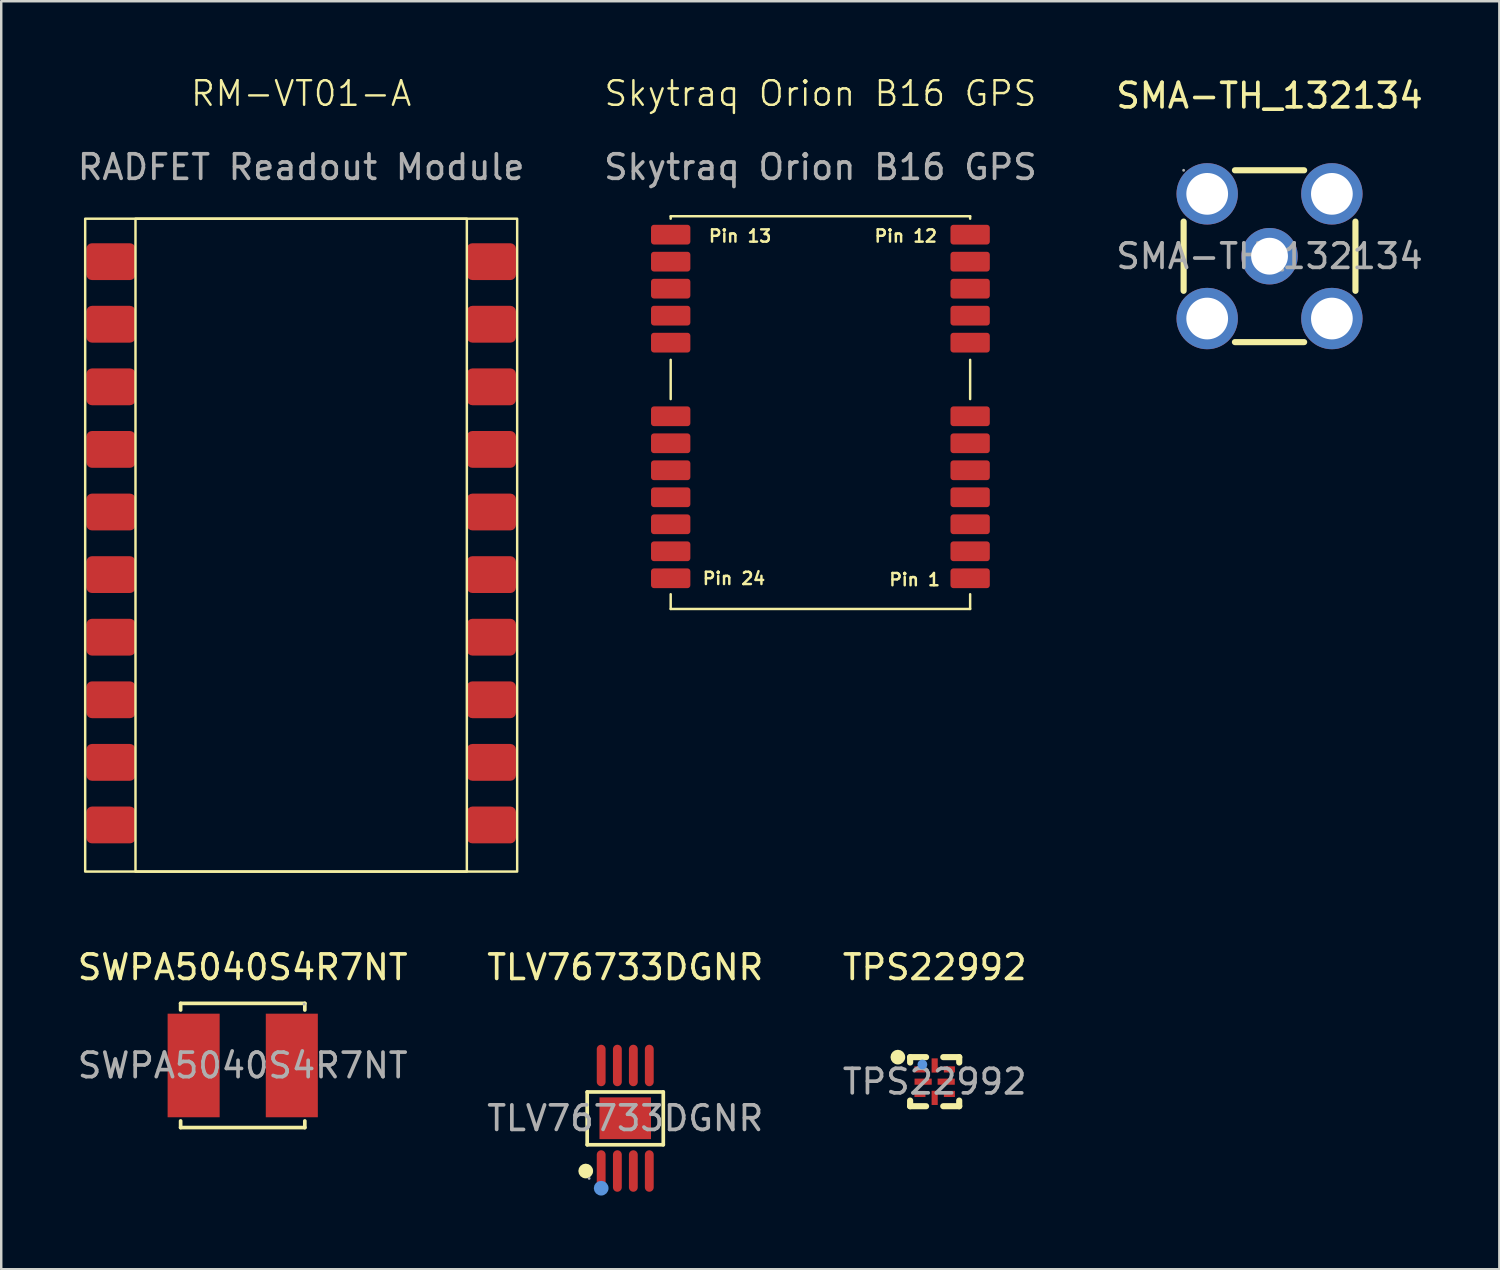
<source format=kicad_pcb>
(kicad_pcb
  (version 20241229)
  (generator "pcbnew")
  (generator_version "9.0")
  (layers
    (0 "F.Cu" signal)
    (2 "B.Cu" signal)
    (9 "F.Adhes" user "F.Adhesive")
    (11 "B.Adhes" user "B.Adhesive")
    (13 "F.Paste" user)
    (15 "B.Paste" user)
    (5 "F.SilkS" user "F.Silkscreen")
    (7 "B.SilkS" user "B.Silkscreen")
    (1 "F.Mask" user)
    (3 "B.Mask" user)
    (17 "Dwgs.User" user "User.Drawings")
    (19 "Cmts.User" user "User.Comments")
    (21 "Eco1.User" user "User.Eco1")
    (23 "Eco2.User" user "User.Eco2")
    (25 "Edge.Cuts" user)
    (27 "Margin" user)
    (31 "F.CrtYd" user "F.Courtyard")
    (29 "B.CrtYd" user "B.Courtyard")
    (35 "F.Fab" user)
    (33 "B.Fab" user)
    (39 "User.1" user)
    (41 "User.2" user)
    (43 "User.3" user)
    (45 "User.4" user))
  (footprint "TLV76733DGNR"
    (layer "F.Cu")
    (at 22.423 42.509)
    (property "Reference" "TLV76733DGNR" (at 0 -6.15 0) (layer "F.SilkS") (effects (font (size 1 1) (thickness 0.15))))
    (attr smd)
    (fp_line (start -1.55 -1.07) (end 1.55 -1.07) (stroke (width 0.15) (type solid)) (layer "F.SilkS"))
    (fp_line (start -1.55 1.08) (end -1.55 -1.07) (stroke (width 0.15) (type solid)) (layer "F.SilkS"))
    (fp_line (start 1.55 -1.07) (end 1.55 1.08) (stroke (width 0.15) (type solid)) (layer "F.SilkS"))
    (fp_line (start 1.55 1.08) (end -1.55 1.08) (stroke (width 0.15) (type solid)) (layer "F.SilkS"))
    (fp_circle (center -1.61 2.15) (end -1.46 2.15) (stroke (width 0.3) (type solid)) (fill no) (layer "F.SilkS"))
    (fp_circle (center -0.98 2.85) (end -0.83 2.85) (stroke (width 0.3) (type solid)) (fill no) (layer "Cmts.User"))
    (fp_circle (center -1.47 2.45) (end -1.44 2.45) (stroke (width 0.06) (type solid)) (fill no) (layer "F.Fab"))
    (fp_text user "${REFERENCE}" (at 0 0 0) (layer "F.Fab") (effects (font (size 1 1) (thickness 0.15))))
    (pad "1" smd oval (at -0.98 2.15) (size 0.36 1.69) (layers "F.Cu" "F.Mask" "F.Paste"))
    (pad "2" smd oval (at -0.32 2.15) (size 0.36 1.69) (layers "F.Cu" "F.Mask" "F.Paste"))
    (pad "3" smd oval (at 0.33 2.15) (size 0.36 1.69) (layers "F.Cu" "F.Mask" "F.Paste"))
    (pad "4" smd oval (at 0.98 2.15) (size 0.36 1.69) (layers "F.Cu" "F.Mask" "F.Paste"))
    (pad "5" smd oval (at 0.98 -2.15) (size 0.36 1.69) (layers "F.Cu" "F.Mask" "F.Paste"))
    (pad "6" smd oval (at 0.33 -2.15) (size 0.36 1.69) (layers "F.Cu" "F.Mask" "F.Paste"))
    (pad "7" smd oval (at -0.32 -2.15) (size 0.36 1.69) (layers "F.Cu" "F.Mask" "F.Paste"))
    (pad "8" smd oval (at -0.98 -2.15) (size 0.36 1.69) (layers "F.Cu" "F.Mask" "F.Paste"))
    (pad "9" smd rect (at 0 0) (size 2.1 1.7) (layers "F.Cu" "F.Mask" "F.Paste")))
  (footprint "Skytraq Orion B16 GPS"
    (layer "F.Cu")
    (at 30.375 12.71)
    (property "Reference" "Skytraq Orion B16 GPS" (at 0 -11.95 0) (unlocked yes) (layer "F.SilkS") (effects (font (size 1 1) (thickness 0.1))))
    (attr smd)
    (fp_line (start -6.1 -6.95) (end 6.1 -6.95) (stroke (width 0.1) (type default)) (layer "F.SilkS"))
    (fp_line (start -6.1 -6.85) (end -6.1 -6.95) (stroke (width 0.1) (type default)) (layer "F.SilkS"))
    (fp_line (start -6.1 -1.1) (end -6.1 0.5) (stroke (width 0.1) (type default)) (layer "F.SilkS"))
    (fp_line (start -6.1 9.05) (end -6.1 8.45) (stroke (width 0.1) (type default)) (layer "F.SilkS"))
    (fp_line (start -6.1 9.05) (end 6.1 9.05) (stroke (width 0.1) (type default)) (layer "F.SilkS"))
    (fp_line (start 6.1 -6.85) (end 6.1 -6.95) (stroke (width 0.1) (type default)) (layer "F.SilkS"))
    (fp_line (start 6.1 -1.1) (end 6.1 0.5) (stroke (width 0.1) (type default)) (layer "F.SilkS"))
    (fp_line (start 6.1 9.05) (end 6.1 8.45) (stroke (width 0.1) (type default)) (layer "F.SilkS"))
    (fp_text user "Pin 1" (at 2.75 8.15 0) (unlocked yes) (layer "F.SilkS") (effects (font (size 0.5 0.5) (thickness 0.1)) (justify left bottom)))
    (fp_text user "Pin 24" (at -4.85 8.1 0) (unlocked yes) (layer "F.SilkS") (effects (font (size 0.5 0.5) (thickness 0.1)) (justify left bottom)))
    (fp_text user "Pin 13" (at -4.6 -5.85 0) (unlocked yes) (layer "F.SilkS") (effects (font (size 0.5 0.5) (thickness 0.1)) (justify left bottom)))
    (fp_text user "Pin 12" (at 2.15 -5.85 0) (unlocked yes) (layer "F.SilkS") (effects (font (size 0.5 0.5) (thickness 0.1)) (justify left bottom)))
    (fp_text user "${REFERENCE}" (at 0 -8.95 0) (unlocked yes) (layer "F.Fab") (effects (font (size 1 1) (thickness 0.15))))
    (pad "1" smd roundrect (at 6.1 7.8) (size 1.603 0.805) (layers "F.Cu" "F.Mask" "F.Paste") (roundrect_rratio 0.15))
    (pad "2" smd roundrect (at 6.1 6.7) (size 1.603 0.805) (layers "F.Cu" "F.Mask" "F.Paste") (roundrect_rratio 0.15))
    (pad "3" smd roundrect (at 6.1 5.6) (size 1.603 0.805) (layers "F.Cu" "F.Mask" "F.Paste") (roundrect_rratio 0.15))
    (pad "4" smd roundrect (at 6.1 4.5) (size 1.603 0.805) (layers "F.Cu" "F.Mask" "F.Paste") (roundrect_rratio 0.15))
    (pad "5" smd roundrect (at 6.1 3.4) (size 1.603 0.805) (layers "F.Cu" "F.Mask" "F.Paste") (roundrect_rratio 0.15))
    (pad "6" smd roundrect (at 6.1 2.3) (size 1.603 0.805) (layers "F.Cu" "F.Mask" "F.Paste") (roundrect_rratio 0.15))
    (pad "7" smd roundrect (at 6.1 1.2) (size 1.603 0.805) (layers "F.Cu" "F.Mask" "F.Paste") (roundrect_rratio 0.15))
    (pad "8" smd roundrect (at 6.1 -1.8) (size 1.603 0.805) (layers "F.Cu" "F.Mask" "F.Paste") (roundrect_rratio 0.15))
    (pad "9" smd roundrect (at 6.1 -2.9) (size 1.603 0.805) (layers "F.Cu" "F.Mask" "F.Paste") (roundrect_rratio 0.15))
    (pad "10" smd roundrect (at 6.1 -4) (size 1.603 0.805) (layers "F.Cu" "F.Mask" "F.Paste") (roundrect_rratio 0.15))
    (pad "11" smd roundrect (at 6.1 -5.1) (size 1.603 0.805) (layers "F.Cu" "F.Mask" "F.Paste") (roundrect_rratio 0.15))
    (pad "12" smd roundrect (at 6.1 -6.2) (size 1.603 0.805) (layers "F.Cu" "F.Mask" "F.Paste") (roundrect_rratio 0.15))
    (pad "13" smd roundrect (at -6.1 -6.2) (size 1.603 0.805) (layers "F.Cu" "F.Mask" "F.Paste") (roundrect_rratio 0.15))
    (pad "14" smd roundrect (at -6.1 -5.1) (size 1.603 0.805) (layers "F.Cu" "F.Mask" "F.Paste") (roundrect_rratio 0.15))
    (pad "15" smd roundrect (at -6.1 -4) (size 1.603 0.805) (layers "F.Cu" "F.Mask" "F.Paste") (roundrect_rratio 0.15))
    (pad "16" smd roundrect (at -6.1 -2.9) (size 1.603 0.805) (layers "F.Cu" "F.Mask" "F.Paste") (roundrect_rratio 0.15))
    (pad "17" smd roundrect (at -6.1 -1.8) (size 1.603 0.805) (layers "F.Cu" "F.Mask" "F.Paste") (roundrect_rratio 0.15))
    (pad "18" smd roundrect (at -6.1 1.2) (size 1.603 0.805) (layers "F.Cu" "F.Mask" "F.Paste") (roundrect_rratio 0.15))
    (pad "19" smd roundrect (at -6.1 2.3) (size 1.603 0.805) (layers "F.Cu" "F.Mask" "F.Paste") (roundrect_rratio 0.15))
    (pad "20" smd roundrect (at -6.1 3.4) (size 1.603 0.805) (layers "F.Cu" "F.Mask" "F.Paste") (roundrect_rratio 0.15))
    (pad "21" smd roundrect (at -6.1 4.5) (size 1.603 0.805) (layers "F.Cu" "F.Mask" "F.Paste") (roundrect_rratio 0.15))
    (pad "22" smd roundrect (at -6.1 5.6) (size 1.603 0.805) (layers "F.Cu" "F.Mask" "F.Paste") (roundrect_rratio 0.15))
    (pad "23" smd roundrect (at -6.1 6.7) (size 1.603 0.805) (layers "F.Cu" "F.Mask" "F.Paste") (roundrect_rratio 0.15))
    (pad "24" smd roundrect (at -6.1 7.8) (size 1.603 0.805) (layers "F.Cu" "F.Mask" "F.Paste") (roundrect_rratio 0.15)))
  (footprint "SWPA5040S4R7NT"
    (layer "F.Cu")
    (at 6.839 40.359)
    (property "Reference" "SWPA5040S4R7NT" (at 0 -4 0) (layer "F.SilkS") (effects (font (size 1 1) (thickness 0.15))))
    (attr smd)
    (fp_line (start -2.53 -2.53) (end 2.53 -2.53) (stroke (width 0.15) (type solid)) (layer "F.SilkS"))
    (fp_line (start -2.53 -2.26) (end -2.53 -2.53) (stroke (width 0.15) (type solid)) (layer "F.SilkS"))
    (fp_line (start -2.53 2.26) (end -2.53 2.53) (stroke (width 0.15) (type solid)) (layer "F.SilkS"))
    (fp_line (start -2.53 2.53) (end 2.53 2.53) (stroke (width 0.15) (type solid)) (layer "F.SilkS"))
    (fp_line (start 2.53 -2.53) (end 2.53 -2.26) (stroke (width 0.15) (type solid)) (layer "F.SilkS"))
    (fp_line (start 2.53 2.53) (end 2.53 2.26) (stroke (width 0.15) (type solid)) (layer "F.SilkS"))
    (fp_circle (center 2.5 -2.5) (end 2.53 -2.5) (stroke (width 0.06) (type solid)) (fill no) (layer "F.Fab"))
    (fp_text user "${REFERENCE}" (at 0 0 0) (layer "F.Fab") (effects (font (size 1 1) (thickness 0.15))))
    (pad "1" smd rect (at 2 0) (size 2.12 4.22) (layers "F.Cu" "F.Mask" "F.Paste"))
    (pad "2" smd rect (at -2 0) (size 2.12 4.22) (layers "F.Cu" "F.Mask" "F.Paste")))
  (footprint "TPS22992"
    (layer "F.Cu")
    (at 35.03 41.019)
    (property "Reference" "TPS22992" (at 0 -4.66 0) (layer "F.SilkS") (effects (font (size 1 1) (thickness 0.15))))
    (attr smd)
    (fp_line (start -1 -1) (end -0.35 -1) (stroke (width 0.25) (type solid)) (layer "F.SilkS"))
    (fp_line (start -1 -0.78) (end -1 -1) (stroke (width 0.25) (type solid)) (layer "F.SilkS"))
    (fp_line (start -1 1) (end -1 0.77) (stroke (width 0.25) (type solid)) (layer "F.SilkS"))
    (fp_line (start -0.35 1) (end -1 1) (stroke (width 0.25) (type solid)) (layer "F.SilkS"))
    (fp_line (start 0.35 -1) (end 1 -1) (stroke (width 0.25) (type solid)) (layer "F.SilkS"))
    (fp_line (start 1 -1) (end 1 -0.78) (stroke (width 0.25) (type solid)) (layer "F.SilkS"))
    (fp_line (start 1 0.77) (end 1 1) (stroke (width 0.25) (type solid)) (layer "F.SilkS"))
    (fp_line (start 1 1) (end 0.35 1) (stroke (width 0.25) (type solid)) (layer "F.SilkS"))
    (fp_circle (center -1.5 -1) (end -1.35 -1) (stroke (width 0.3) (type solid)) (fill no) (layer "F.SilkS"))
    (fp_circle (center -0.5 -0.7) (end -0.4 -0.7) (stroke (width 0.2) (type solid)) (fill no) (layer "Cmts.User"))
    (fp_circle (center -0.63 -0.62) (end -0.6 -0.62) (stroke (width 0.06) (type solid)) (fill no) (layer "F.Fab"))
    (fp_text user "${REFERENCE}" (at 0 0 0) (layer "F.Fab") (effects (font (size 1 1) (thickness 0.15))))
    (pad "1" smd rect (at -0.6 -0.5) (size 0.45 0.25) (layers "F.Cu" "F.Mask" "F.Paste"))
    (pad "2" smd rect (at -0.47 0) (size 0.7 0.25) (layers "F.Cu" "F.Mask" "F.Paste"))
    (pad "3" smd rect (at -0.6 0.5) (size 0.45 0.25) (layers "F.Cu" "F.Mask" "F.Paste"))
    (pad "4" smd rect (at 0 0.66) (size 0.25 0.58) (layers "F.Cu" "F.Mask" "F.Paste"))
    (pad "5" smd rect (at 0.6 0.5) (size 0.45 0.25) (layers "F.Cu" "F.Mask" "F.Paste"))
    (pad "6" smd rect (at 0.47 0) (size 0.7 0.25) (layers "F.Cu" "F.Mask" "F.Paste"))
    (pad "7" smd rect (at 0.6 -0.5) (size 0.45 0.25) (layers "F.Cu" "F.Mask" "F.Paste"))
    (pad "8" smd rect (at 0 -0.66) (size 0.25 0.58) (layers "F.Cu" "F.Mask" "F.Paste")))
  (footprint "SMA-TH_132134"
    (layer "F.Cu")
    (at 48.673 7.388)
    (property "Reference" "SMA-TH_132134" (at 0 -6.54 0) (layer "F.SilkS") (effects (font (size 1 1) (thickness 0.15))))
    (attr through_hole)
    (fp_line (start -3.5 1.41) (end -3.5 -1.41) (stroke (width 0.25) (type solid)) (layer "F.SilkS"))
    (fp_line (start -1.41 -3.5) (end 1.41 -3.5) (stroke (width 0.25) (type solid)) (layer "F.SilkS"))
    (fp_line (start 1.41 3.5) (end -1.41 3.5) (stroke (width 0.25) (type solid)) (layer "F.SilkS"))
    (fp_line (start 3.5 -1.41) (end 3.5 1.41) (stroke (width 0.25) (type solid)) (layer "F.SilkS"))
    (fp_circle (center -3.5 -3.5) (end -3.47 -3.5) (stroke (width 0.06) (type solid)) (fill no) (layer "F.Fab"))
    (fp_circle (center 0 0) (end 0.32 0) (stroke (width 0.64) (type solid)) (fill no) (layer "F.Fab"))
    (fp_text user "${REFERENCE}" (at 0 0 0) (layer "F.Fab") (effects (font (size 1 1) (thickness 0.15))))
    (pad "1" thru_hole circle (at 0 0) (size 2.3 2.3) (drill 1.5) (layers "*.Cu" "*.Mask"))
    (pad "2" thru_hole circle (at -2.54 -2.54) (size 2.5 2.5) (drill 1.7) (layers "*.Cu" "*.Mask"))
    (pad "2" thru_hole circle (at -2.54 2.54) (size 2.5 2.5) (drill 1.7) (layers "*.Cu" "*.Mask"))
    (pad "2" thru_hole circle (at 2.54 -2.54) (size 2.5 2.5) (drill 1.7) (layers "*.Cu" "*.Mask"))
    (pad "2" thru_hole circle (at 2.54 2.54) (size 2.5 2.5) (drill 1.7) (layers "*.Cu" "*.Mask")))
  (footprint "RM-VT01-A"
    (layer "F.Cu")
    (at 9.22 5.91)
    (property "Reference" "RM-VT01-A" (at 0 -5.15 0) (unlocked yes) (layer "F.SilkS") (effects (font (size 1 1) (thickness 0.1))))
    (attr smd)
    (fp_rect (start -8.8 -0.05) (end 8.8 26.55) (stroke (width 0.1) (type default)) (fill no) (layer "F.SilkS"))
    (fp_rect (start -6.75 -0.05) (end 6.75 26.55) (stroke (width 0.1) (type default)) (fill no) (layer "F.SilkS"))
    (fp_text user "RADFET Readout Module" (at 0 -2.15 0) (unlocked yes) (layer "F.Fab") (effects (font (size 1 1) (thickness 0.15))))
    (pad "1" smd roundrect (at -7.75 1.7) (size 2 1.5) (layers "F.Cu" "F.Mask" "F.Paste") (roundrect_rratio 0.15))
    (pad "2" smd roundrect (at -7.75 4.25) (size 2 1.5) (layers "F.Cu" "F.Mask" "F.Paste") (roundrect_rratio 0.15))
    (pad "3" smd roundrect (at -7.75 6.8) (size 2 1.5) (layers "F.Cu" "F.Mask" "F.Paste") (roundrect_rratio 0.15))
    (pad "4" smd roundrect (at -7.75 9.35) (size 2 1.5) (layers "F.Cu" "F.Mask" "F.Paste") (roundrect_rratio 0.15))
    (pad "5" smd roundrect (at -7.75 11.9) (size 2 1.5) (layers "F.Cu" "F.Mask" "F.Paste") (roundrect_rratio 0.15))
    (pad "6" smd roundrect (at -7.75 14.45) (size 2 1.5) (layers "F.Cu" "F.Mask" "F.Paste") (roundrect_rratio 0.15))
    (pad "7" smd roundrect (at -7.75 17) (size 2 1.5) (layers "F.Cu" "F.Mask" "F.Paste") (roundrect_rratio 0.15))
    (pad "8" smd roundrect (at -7.75 19.55) (size 2 1.5) (layers "F.Cu" "F.Mask" "F.Paste") (roundrect_rratio 0.15))
    (pad "9" smd roundrect (at -7.75 22.1) (size 2 1.5) (layers "F.Cu" "F.Mask" "F.Paste") (roundrect_rratio 0.15))
    (pad "10" smd roundrect (at -7.75 24.65) (size 2 1.5) (layers "F.Cu" "F.Mask" "F.Paste") (roundrect_rratio 0.15))
    (pad "11" smd roundrect (at 7.75 24.65) (size 2 1.5) (layers "F.Cu" "F.Mask" "F.Paste") (roundrect_rratio 0.15))
    (pad "12" smd roundrect (at 7.75 22.1) (size 2 1.5) (layers "F.Cu" "F.Mask" "F.Paste") (roundrect_rratio 0.15))
    (pad "13" smd roundrect (at 7.75 19.55) (size 2 1.5) (layers "F.Cu" "F.Mask" "F.Paste") (roundrect_rratio 0.15))
    (pad "14" smd roundrect (at 7.75 17) (size 2 1.5) (layers "F.Cu" "F.Mask" "F.Paste") (roundrect_rratio 0.15))
    (pad "15" smd roundrect (at 7.75 14.45) (size 2 1.5) (layers "F.Cu" "F.Mask" "F.Paste") (roundrect_rratio 0.15))
    (pad "16" smd roundrect (at 7.75 11.9) (size 2 1.5) (layers "F.Cu" "F.Mask" "F.Paste") (roundrect_rratio 0.15))
    (pad "17" smd roundrect (at 7.75 9.35) (size 2 1.5) (layers "F.Cu" "F.Mask" "F.Paste") (roundrect_rratio 0.15))
    (pad "18" smd roundrect (at 7.75 6.8) (size 2 1.5) (layers "F.Cu" "F.Mask" "F.Paste") (roundrect_rratio 0.15))
    (pad "19" smd roundrect (at 7.75 4.25) (size 2 1.5) (layers "F.Cu" "F.Mask" "F.Paste") (roundrect_rratio 0.15))
    (pad "20" smd roundrect (at 7.75 1.7) (size 2 1.5) (layers "F.Cu" "F.Mask" "F.Paste") (roundrect_rratio 0.15)))
  (gr_rect
    (start -3 -3)
    (end 58.036 48.659)
    (stroke (width 0.1) (type default))
    (fill no)
    (layer "Edge.Cuts")))
</source>
